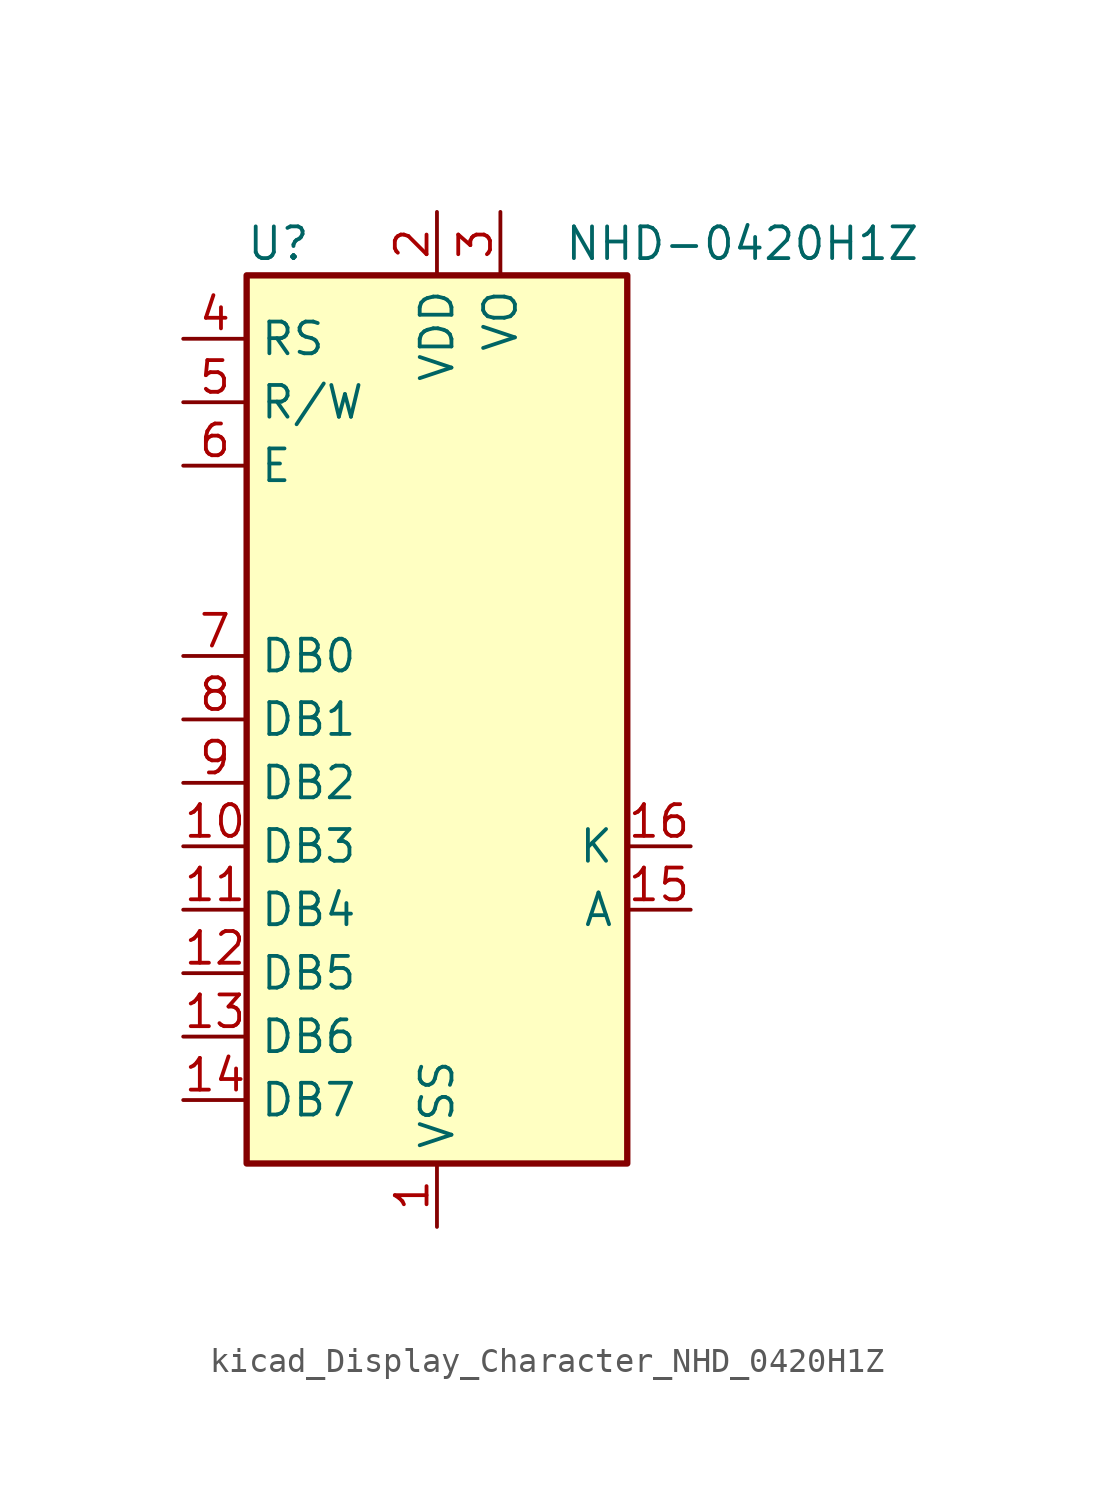
<source format=kicad_sym>
(kicad_symbol_lib
  (version 20220914)
  (generator kicad_symbol_editor)
  (symbol "kicad_Display_Character_NHD_0420H1Z"
    (property "Reference" "U"
      (at -6.35 19.05 0)
      (effects (font (size 1.27 1.27))))
    (property "Value" "NHD-0420H1Z"
      (at 5.08 19.05 0)
      (effects (font (size 1.27 1.27)) (justify left)))
    (symbol "kicad_Display_Character_NHD_0420H1Z_0_1"
      (rectangle (start -7.62 17.78) (end 7.62 -17.78) (stroke (width 0.254) (type default)) (fill (type background))))
    (symbol "kicad_Display_Character_NHD_0420H1Z_1_1"
      (pin power_in line (at 0 -20.32 90) (length 2.54) (name "VSS" (effects (font (size 1.27 1.27)))) (number "1" (effects (font (size 1.27 1.27)))))
      (pin bidirectional line (at -10.16 -5.08 0) (length 2.54) (name "DB3" (effects (font (size 1.27 1.27)))) (number "10" (effects (font (size 1.27 1.27)))))
      (pin bidirectional line (at -10.16 -7.62 0) (length 2.54) (name "DB4" (effects (font (size 1.27 1.27)))) (number "11" (effects (font (size 1.27 1.27)))))
      (pin bidirectional line (at -10.16 -10.16 0) (length 2.54) (name "DB5" (effects (font (size 1.27 1.27)))) (number "12" (effects (font (size 1.27 1.27)))))
      (pin bidirectional line (at -10.16 -12.7 0) (length 2.54) (name "DB6" (effects (font (size 1.27 1.27)))) (number "13" (effects (font (size 1.27 1.27)))))
      (pin bidirectional line (at -10.16 -15.24 0) (length 2.54) (name "DB7" (effects (font (size 1.27 1.27)))) (number "14" (effects (font (size 1.27 1.27)))))
      (pin passive line (at 10.16 -7.62 180) (length 2.54) (name "A" (effects (font (size 1.27 1.27)))) (number "15" (effects (font (size 1.27 1.27)))))
      (pin passive line (at 10.16 -5.08 180) (length 2.54) (name "K" (effects (font (size 1.27 1.27)))) (number "16" (effects (font (size 1.27 1.27)))))
      (pin power_in line (at 0 20.32 270) (length 2.54) (name "VDD" (effects (font (size 1.27 1.27)))) (number "2" (effects (font (size 1.27 1.27)))))
      (pin power_in line (at 2.54 20.32 270) (length 2.54) (name "VO" (effects (font (size 1.27 1.27)))) (number "3" (effects (font (size 1.27 1.27)))))
      (pin input line (at -10.16 15.24 0) (length 2.54) (name "RS" (effects (font (size 1.27 1.27)))) (number "4" (effects (font (size 1.27 1.27)))))
      (pin input line (at -10.16 12.7 0) (length 2.54) (name "R/W" (effects (font (size 1.27 1.27)))) (number "5" (effects (font (size 1.27 1.27)))))
      (pin input line (at -10.16 10.16 0) (length 2.54) (name "E" (effects (font (size 1.27 1.27)))) (number "6" (effects (font (size 1.27 1.27)))))
      (pin bidirectional line (at -10.16 2.54 0) (length 2.54) (name "DB0" (effects (font (size 1.27 1.27)))) (number "7" (effects (font (size 1.27 1.27)))))
      (pin bidirectional line (at -10.16 0 0) (length 2.54) (name "DB1" (effects (font (size 1.27 1.27)))) (number "8" (effects (font (size 1.27 1.27)))))
      (pin bidirectional line (at -10.16 -2.54 0) (length 2.54) (name "DB2" (effects (font (size 1.27 1.27)))) (number "9" (effects (font (size 1.27 1.27))))))))
</source>
